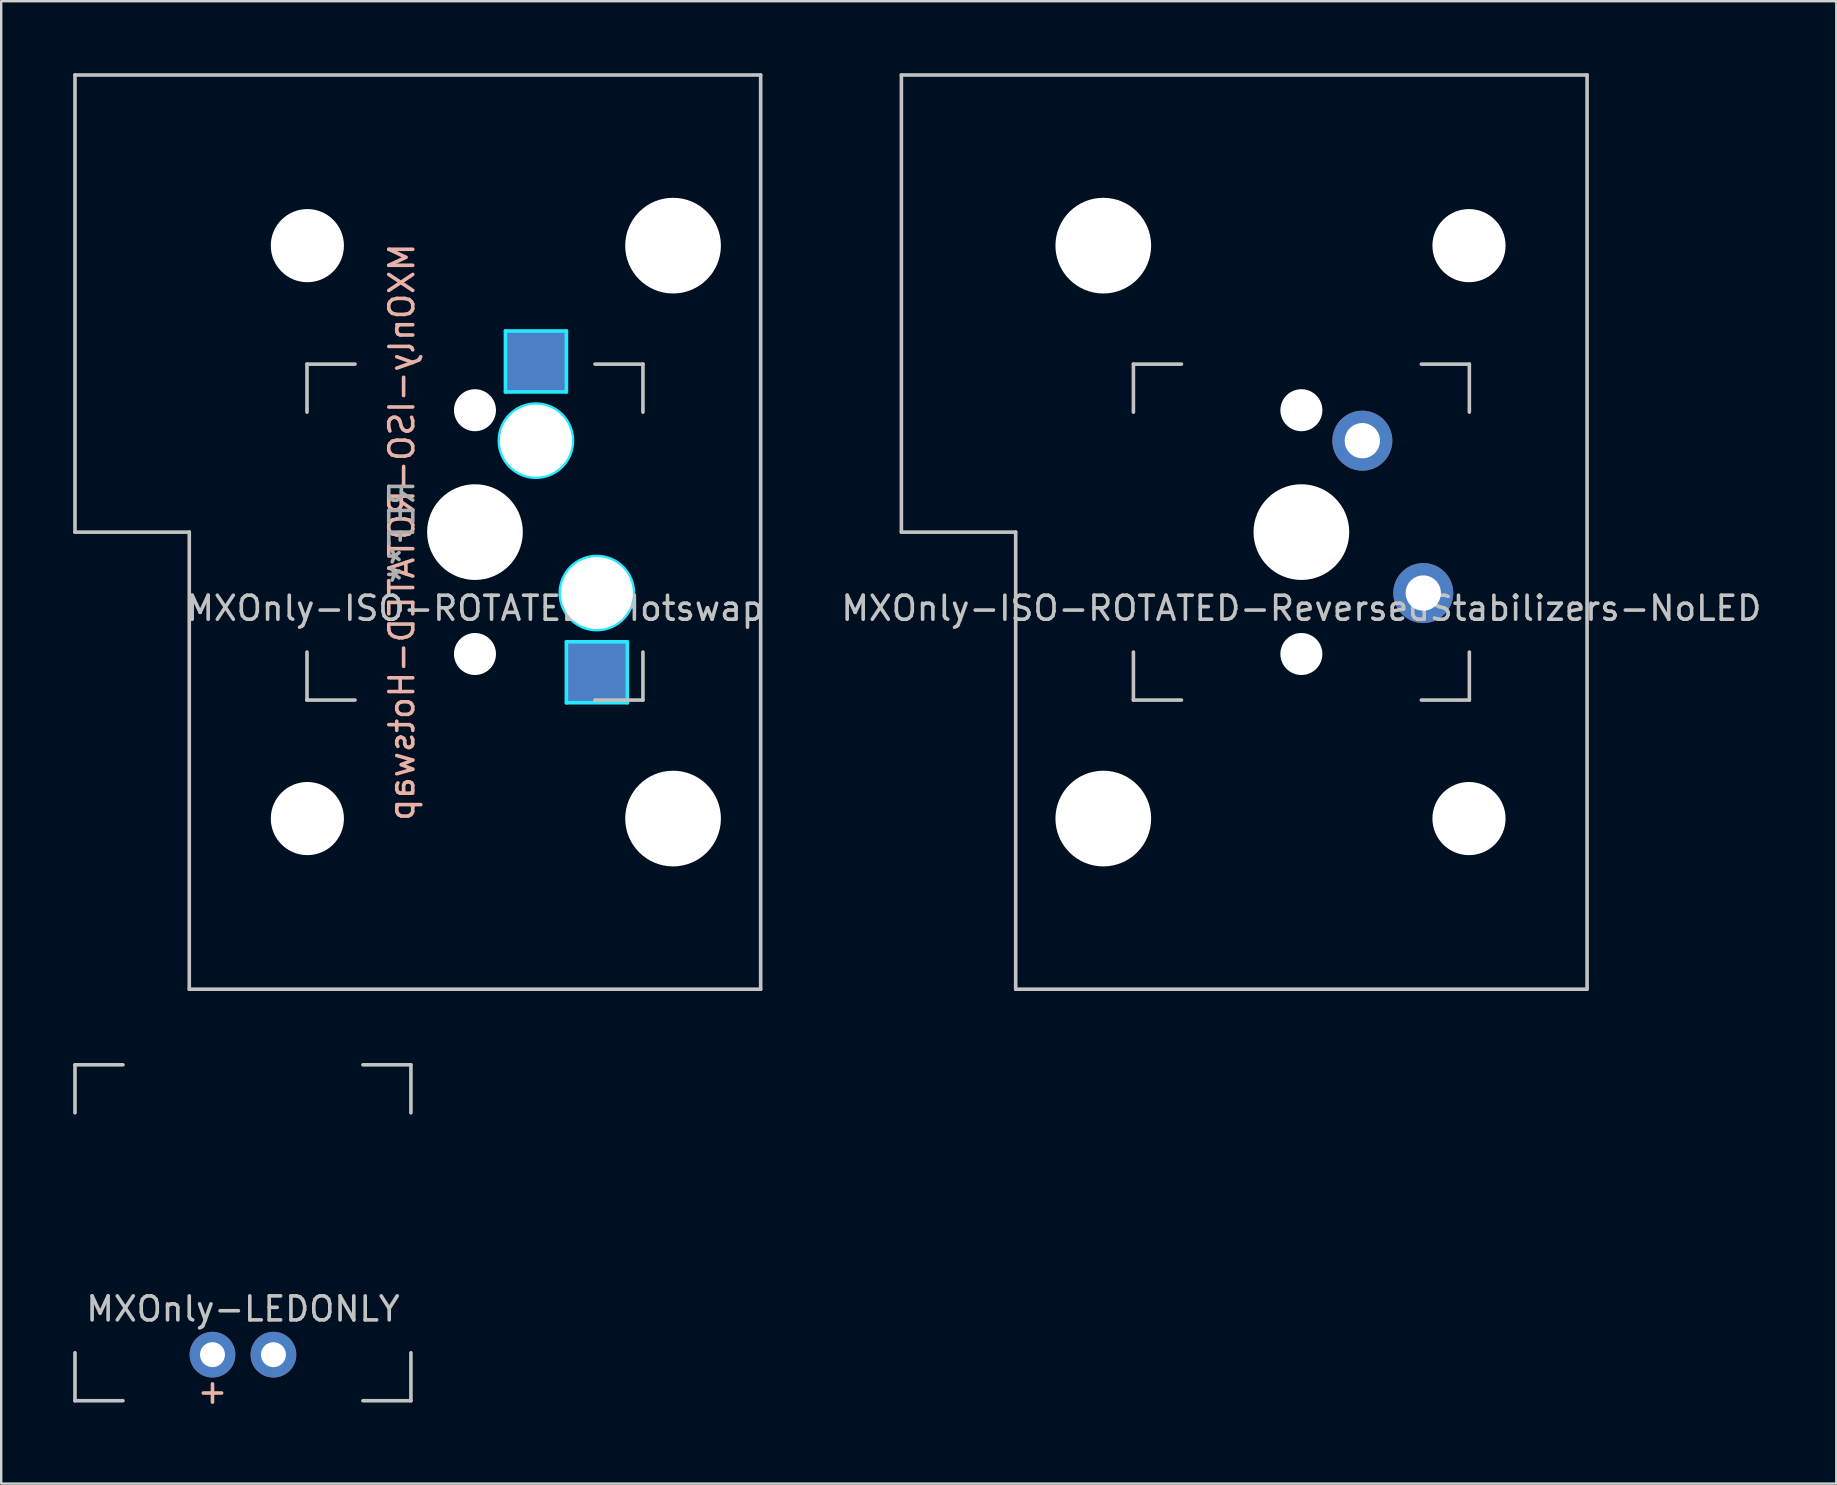
<source format=kicad_pcb>
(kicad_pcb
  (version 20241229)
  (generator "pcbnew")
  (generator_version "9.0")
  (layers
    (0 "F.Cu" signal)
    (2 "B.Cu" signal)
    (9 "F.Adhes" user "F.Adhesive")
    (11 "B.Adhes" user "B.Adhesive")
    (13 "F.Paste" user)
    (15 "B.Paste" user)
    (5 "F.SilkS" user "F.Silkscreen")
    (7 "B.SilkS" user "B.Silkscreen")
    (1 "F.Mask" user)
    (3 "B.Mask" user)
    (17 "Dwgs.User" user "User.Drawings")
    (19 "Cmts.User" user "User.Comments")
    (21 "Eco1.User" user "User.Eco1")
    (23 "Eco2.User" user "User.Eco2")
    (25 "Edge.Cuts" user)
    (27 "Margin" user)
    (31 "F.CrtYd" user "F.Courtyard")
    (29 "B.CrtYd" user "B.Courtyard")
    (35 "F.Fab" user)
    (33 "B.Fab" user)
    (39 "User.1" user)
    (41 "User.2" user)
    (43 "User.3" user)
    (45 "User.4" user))
  (footprint "MXOnly-LEDONLY"
    (layer "F.Cu")
    (at 7.075 48.325)
    (property "Reference" "MXOnly-LEDONLY" (at 0 3.175 0) (layer "Dwgs.User") (effects (font (size 1 1) (thickness 0.15))))
    (attr through_hole)
    (fp_line (start -7 -7) (end -7 -5) (stroke (width 0.15) (type solid)) (layer "Dwgs.User"))
    (fp_line (start -7 5) (end -7 7) (stroke (width 0.15) (type solid)) (layer "Dwgs.User"))
    (fp_line (start -7 7) (end -5 7) (stroke (width 0.15) (type solid)) (layer "Dwgs.User"))
    (fp_line (start -5 -7) (end -7 -7) (stroke (width 0.15) (type solid)) (layer "Dwgs.User"))
    (fp_line (start 5 -7) (end 7 -7) (stroke (width 0.15) (type solid)) (layer "Dwgs.User"))
    (fp_line (start 5 7) (end 7 7) (stroke (width 0.15) (type solid)) (layer "Dwgs.User"))
    (fp_line (start 7 -7) (end 7 -5) (stroke (width 0.15) (type solid)) (layer "Dwgs.User"))
    (fp_line (start 7 7) (end 7 5) (stroke (width 0.15) (type solid)) (layer "Dwgs.User"))
    (fp_text user "+" (at -1.27 6.604 0) (layer "B.SilkS") (effects (font (size 1 1) (thickness 0.15))))
    (pad "1" thru_hole circle (at 1.27 5.08) (size 1.905 1.905) (drill 1.04) (layers "*.Cu" "*.Mask"))
    (pad "2" thru_hole circle (at -1.27 5.08) (size 1.905 1.905) (drill 1.04) (layers "*.Cu" "*.Mask")))
  (footprint "MXOnly-ISO-ROTATED-Hotswap"
    (layer "F.Cu")
    (at 16.744 19.125)
    (property "Reference" "MXOnly-ISO-ROTATED-Hotswap" (at 0 3.175 0) (layer "Dwgs.User") (effects (font (size 1 1) (thickness 0.15))))
    (attr through_hole)
    (fp_line (start -16.669 -19.05) (end -16.669 0) (stroke (width 0.15) (type solid)) (layer "Dwgs.User"))
    (fp_line (start -16.669 -19.05) (end 11.906 -19.05) (stroke (width 0.15) (type solid)) (layer "Dwgs.User"))
    (fp_line (start -11.906 0) (end -16.669 0) (stroke (width 0.15) (type solid)) (layer "Dwgs.User"))
    (fp_line (start -11.906 19.05) (end -11.906 0) (stroke (width 0.15) (type solid)) (layer "Dwgs.User"))
    (fp_line (start -11.906 19.05) (end 11.906 19.05) (stroke (width 0.15) (type solid)) (layer "Dwgs.User"))
    (fp_line (start -7 -7) (end -7 -5) (stroke (width 0.15) (type solid)) (layer "Dwgs.User"))
    (fp_line (start -7 5) (end -7 7) (stroke (width 0.15) (type solid)) (layer "Dwgs.User"))
    (fp_line (start -7 7) (end -5 7) (stroke (width 0.15) (type solid)) (layer "Dwgs.User"))
    (fp_line (start -5 -7) (end -7 -7) (stroke (width 0.15) (type solid)) (layer "Dwgs.User"))
    (fp_line (start 7 -7) (end 5 -7) (stroke (width 0.15) (type solid)) (layer "Dwgs.User"))
    (fp_line (start 7 -5) (end 7 -7) (stroke (width 0.15) (type solid)) (layer "Dwgs.User"))
    (fp_line (start 7 5) (end 7 7) (stroke (width 0.15) (type solid)) (layer "Dwgs.User"))
    (fp_line (start 7 7) (end 5 7) (stroke (width 0.15) (type solid)) (layer "Dwgs.User"))
    (fp_line (start 11.906 -19.05) (end 11.906 19.05) (stroke (width 0.15) (type solid)) (layer "Dwgs.User"))
    (fp_line (start 1.27 -8.382) (end 1.27 -5.842) (stroke (width 0.15) (type solid)) (layer "B.CrtYd"))
    (fp_line (start 1.27 -5.842) (end 3.81 -5.842) (stroke (width 0.15) (type solid)) (layer "B.CrtYd"))
    (fp_line (start 3.81 -8.382) (end 1.27 -8.382) (stroke (width 0.15) (type solid)) (layer "B.CrtYd"))
    (fp_line (start 3.81 -5.842) (end 3.81 -8.382) (stroke (width 0.15) (type solid)) (layer "B.CrtYd"))
    (fp_line (start 3.81 4.572) (end 6.35 4.572) (stroke (width 0.15) (type solid)) (layer "B.CrtYd"))
    (fp_line (start 3.81 7.112) (end 3.81 4.572) (stroke (width 0.15) (type solid)) (layer "B.CrtYd"))
    (fp_line (start 6.35 4.572) (end 6.35 7.112) (stroke (width 0.15) (type solid)) (layer "B.CrtYd"))
    (fp_line (start 6.35 7.112) (end 3.81 7.112) (stroke (width 0.15) (type solid)) (layer "B.CrtYd"))
    (fp_circle (center 2.54 -3.81) (end 4.064 -3.81) (stroke (width 0.15) (type solid)) (fill no) (layer "B.CrtYd"))
    (fp_circle (center 5.08 2.54) (end 6.604 2.54) (stroke (width 0.15) (type solid)) (fill no) (layer "B.CrtYd"))
    (fp_text user "${REFERENCE}" (at -3.048 0 270) (layer "B.SilkS") (effects (font (size 1 1) (thickness 0.15)) (justify mirror)))
    (fp_text user "REF**" (at -3.048 0 270) (layer "F.Fab") (effects (font (size 1 1) (thickness 0.15)) (justify mirror)))
    (pad "" np_thru_hole circle (at -6.985 -11.938) (size 3.048 3.048) (drill 3.048) (layers "*.Cu" "*.Mask"))
    (pad "" np_thru_hole circle (at -6.985 11.938) (size 3.048 3.048) (drill 3.048) (layers "*.Cu" "*.Mask"))
    (pad "" np_thru_hole circle (at 0 -5.08 318.1) (size 1.75 1.75) (drill 1.75) (layers "*.Cu" "*.Mask"))
    (pad "" np_thru_hole circle (at 0 0 270) (size 3.988 3.988) (drill 3.988) (layers "*.Cu" "*.Mask"))
    (pad "" np_thru_hole circle (at 0 5.08 318.1) (size 1.75 1.75) (drill 1.75) (layers "*.Cu" "*.Mask"))
    (pad "" np_thru_hole circle (at 2.54 -3.81 270) (size 3 3) (drill 3) (layers "*.Cu" "*.Mask"))
    (pad "" np_thru_hole circle (at 5.08 2.54 270) (size 3 3) (drill 3) (layers "*.Cu" "*.Mask"))
    (pad "" np_thru_hole circle (at 8.255 -11.938) (size 3.988 3.988) (drill 3.988) (layers "*.Cu" "*.Mask"))
    (pad "" np_thru_hole circle (at 8.255 11.938) (size 3.988 3.988) (drill 3.988) (layers "*.Cu" "*.Mask"))
    (pad "1" smd rect (at 2.54 -7.085 270) (size 2.55 2.5) (layers "B.Cu" "B.Mask" "B.Paste"))
    (pad "2" smd rect (at 5.08 5.842 270) (size 2.55 2.5) (layers "B.Cu" "B.Mask" "B.Paste")))
  (footprint "MXOnly-ISO-ROTATED-ReversedStabilizers-NoLED"
    (layer "F.Cu")
    (at 51.184 19.125)
    (property "Reference" "MXOnly-ISO-ROTATED-ReversedStabilizers-NoLED" (at 0 3.175 0) (layer "Dwgs.User") (effects (font (size 1 1) (thickness 0.15))))
    (attr through_hole)
    (fp_line (start -16.669 -19.05) (end -16.669 0) (stroke (width 0.15) (type solid)) (layer "Dwgs.User"))
    (fp_line (start -16.669 -19.05) (end 11.906 -19.05) (stroke (width 0.15) (type solid)) (layer "Dwgs.User"))
    (fp_line (start -11.906 0) (end -16.669 0) (stroke (width 0.15) (type solid)) (layer "Dwgs.User"))
    (fp_line (start -11.906 19.05) (end -11.906 0) (stroke (width 0.15) (type solid)) (layer "Dwgs.User"))
    (fp_line (start -11.906 19.05) (end 11.906 19.05) (stroke (width 0.15) (type solid)) (layer "Dwgs.User"))
    (fp_line (start -7 -7) (end -7 -5) (stroke (width 0.15) (type solid)) (layer "Dwgs.User"))
    (fp_line (start -7 5) (end -7 7) (stroke (width 0.15) (type solid)) (layer "Dwgs.User"))
    (fp_line (start -7 7) (end -5 7) (stroke (width 0.15) (type solid)) (layer "Dwgs.User"))
    (fp_line (start -5 -7) (end -7 -7) (stroke (width 0.15) (type solid)) (layer "Dwgs.User"))
    (fp_line (start 5 -7) (end 7 -7) (stroke (width 0.15) (type solid)) (layer "Dwgs.User"))
    (fp_line (start 5 7) (end 7 7) (stroke (width 0.15) (type solid)) (layer "Dwgs.User"))
    (fp_line (start 7 -7) (end 7 -5) (stroke (width 0.15) (type solid)) (layer "Dwgs.User"))
    (fp_line (start 7 7) (end 7 5) (stroke (width 0.15) (type solid)) (layer "Dwgs.User"))
    (fp_line (start 11.906 -19.05) (end 11.906 19.05) (stroke (width 0.15) (type solid)) (layer "Dwgs.User"))
    (pad "" np_thru_hole circle (at -8.255 -11.938) (size 3.988 3.988) (drill 3.988) (layers "*.Cu" "*.Mask"))
    (pad "" np_thru_hole circle (at -8.255 11.938) (size 3.988 3.988) (drill 3.988) (layers "*.Cu" "*.Mask"))
    (pad "" np_thru_hole circle (at 0 -5.08 48.1) (size 1.75 1.75) (drill 1.75) (layers "*.Cu" "*.Mask"))
    (pad "" np_thru_hole circle (at 0 0) (size 3.988 3.988) (drill 3.988) (layers "*.Cu" "*.Mask"))
    (pad "" np_thru_hole circle (at 0 5.08 48.1) (size 1.75 1.75) (drill 1.75) (layers "*.Cu" "*.Mask"))
    (pad "" np_thru_hole circle (at 6.985 -11.938) (size 3.048 3.048) (drill 3.048) (layers "*.Cu" "*.Mask"))
    (pad "" np_thru_hole circle (at 6.985 11.938) (size 3.048 3.048) (drill 3.048) (layers "*.Cu" "*.Mask"))
    (pad "1" thru_hole circle (at 2.54 -3.81) (size 2.5 2.5) (drill 1.47) (layers "*.Cu" "*.Mask"))
    (pad "2" thru_hole circle (at 5.08 2.54) (size 2.5 2.5) (drill 1.47) (layers "*.Cu" "*.Mask")))
  (gr_rect
    (start -3 -3)
    (end 73.476 58.777)
    (stroke (width 0.1) (type default))
    (fill no)
    (layer "Edge.Cuts")))
</source>
